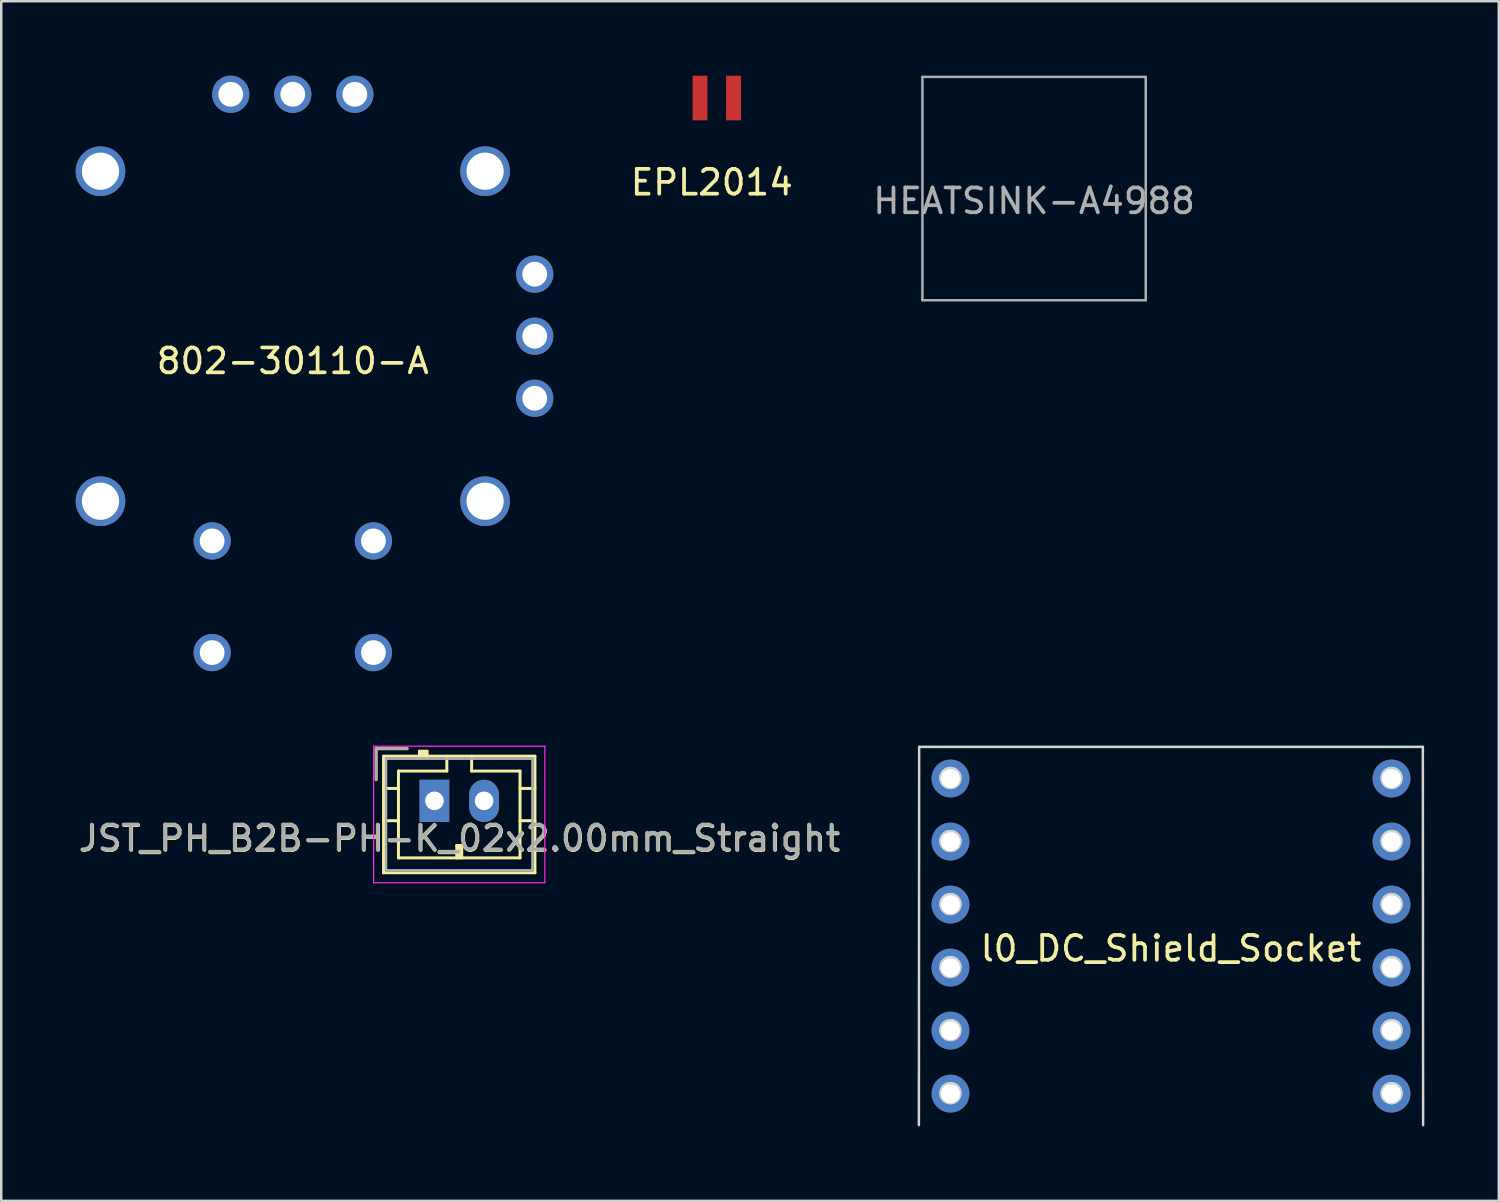
<source format=kicad_pcb>
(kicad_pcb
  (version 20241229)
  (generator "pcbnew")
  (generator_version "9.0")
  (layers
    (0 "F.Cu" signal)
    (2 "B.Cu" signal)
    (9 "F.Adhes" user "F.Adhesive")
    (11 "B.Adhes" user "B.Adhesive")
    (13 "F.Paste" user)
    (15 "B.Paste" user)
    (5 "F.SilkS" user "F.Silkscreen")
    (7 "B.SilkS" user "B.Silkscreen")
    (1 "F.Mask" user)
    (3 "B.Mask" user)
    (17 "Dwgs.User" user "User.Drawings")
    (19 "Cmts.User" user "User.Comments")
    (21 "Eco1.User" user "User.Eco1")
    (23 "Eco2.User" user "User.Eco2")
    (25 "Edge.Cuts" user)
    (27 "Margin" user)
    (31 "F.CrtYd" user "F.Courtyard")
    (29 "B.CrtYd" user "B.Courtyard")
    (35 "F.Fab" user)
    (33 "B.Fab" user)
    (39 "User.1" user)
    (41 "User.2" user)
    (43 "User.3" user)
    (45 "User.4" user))
  (footprint "HEATSINK-A4988"
    (layer "F.Cu")
    (at 38.625 4.55)
    (property "Reference" "HEATSINK-A4988" (at 0 0.5 0) (layer "F.Fab") (effects (font (size 1 1) (thickness 0.15))))
    (attr through_hole)
    (fp_line (start -4.5 -4.5) (end 4.5 -4.5) (stroke (width 0.1) (type solid)) (layer "F.Fab"))
    (fp_line (start -4.5 4.5) (end -4.5 -4.5) (stroke (width 0.1) (type solid)) (layer "F.Fab"))
    (fp_line (start 4.5 -4.5) (end 4.5 4.5) (stroke (width 0.1) (type solid)) (layer "F.Fab"))
    (fp_line (start 4.5 4.5) (end -4.5 4.5) (stroke (width 0.1) (type solid)) (layer "F.Fab")))
  (footprint "JST_PH_B2B-PH-K_02x2.00mm_Straight"
    (layer "F.Cu")
    (at 14.458 29.225)
    (property "Reference" "JST_PH_B2B-PH-K_02x2.00mm_Straight" (at 1.016 1.524 0) (layer "F.SilkS") (effects (font (size 1 1) (thickness 0.15))))
    (attr through_hole)
    (fp_line (start -2.35 -2.1) (end -2.35 -0.85) (stroke (width 0.12) (type solid)) (layer "F.SilkS"))
    (fp_line (start -2.05 -1.8) (end -2.05 2.9) (stroke (width 0.12) (type solid)) (layer "F.SilkS"))
    (fp_line (start -2.05 -0.5) (end -1.45 -0.5) (stroke (width 0.12) (type solid)) (layer "F.SilkS"))
    (fp_line (start -2.05 0.8) (end -1.45 0.8) (stroke (width 0.12) (type solid)) (layer "F.SilkS"))
    (fp_line (start -2.05 2.9) (end 4.05 2.9) (stroke (width 0.12) (type solid)) (layer "F.SilkS"))
    (fp_line (start -1.45 -1.2) (end -1.45 2.3) (stroke (width 0.12) (type solid)) (layer "F.SilkS"))
    (fp_line (start -1.45 2.3) (end 3.45 2.3) (stroke (width 0.12) (type solid)) (layer "F.SilkS"))
    (fp_line (start -1.1 -2.1) (end -2.35 -2.1) (stroke (width 0.12) (type solid)) (layer "F.SilkS"))
    (fp_line (start -0.6 -2) (end -0.6 -1.8) (stroke (width 0.12) (type solid)) (layer "F.SilkS"))
    (fp_line (start -0.3 -2) (end -0.6 -2) (stroke (width 0.12) (type solid)) (layer "F.SilkS"))
    (fp_line (start -0.3 -1.9) (end -0.6 -1.9) (stroke (width 0.12) (type solid)) (layer "F.SilkS"))
    (fp_line (start -0.3 -1.8) (end -0.3 -2) (stroke (width 0.12) (type solid)) (layer "F.SilkS"))
    (fp_line (start 0.5 -1.8) (end 0.5 -1.2) (stroke (width 0.12) (type solid)) (layer "F.SilkS"))
    (fp_line (start 0.5 -1.2) (end -1.45 -1.2) (stroke (width 0.12) (type solid)) (layer "F.SilkS"))
    (fp_line (start 0.9 1.8) (end 1.1 1.8) (stroke (width 0.12) (type solid)) (layer "F.SilkS"))
    (fp_line (start 0.9 2.3) (end 0.9 1.8) (stroke (width 0.12) (type solid)) (layer "F.SilkS"))
    (fp_line (start 1 2.3) (end 1 1.8) (stroke (width 0.12) (type solid)) (layer "F.SilkS"))
    (fp_line (start 1.1 1.8) (end 1.1 2.3) (stroke (width 0.12) (type solid)) (layer "F.SilkS"))
    (fp_line (start 1.5 -1.2) (end 1.5 -1.8) (stroke (width 0.12) (type solid)) (layer "F.SilkS"))
    (fp_line (start 3.45 -1.2) (end 1.5 -1.2) (stroke (width 0.12) (type solid)) (layer "F.SilkS"))
    (fp_line (start 3.45 2.3) (end 3.45 -1.2) (stroke (width 0.12) (type solid)) (layer "F.SilkS"))
    (fp_line (start 4.05 -1.8) (end -2.05 -1.8) (stroke (width 0.12) (type solid)) (layer "F.SilkS"))
    (fp_line (start 4.05 -0.5) (end 3.45 -0.5) (stroke (width 0.12) (type solid)) (layer "F.SilkS"))
    (fp_line (start 4.05 0.8) (end 3.45 0.8) (stroke (width 0.12) (type solid)) (layer "F.SilkS"))
    (fp_line (start 4.05 2.9) (end 4.05 -1.8) (stroke (width 0.12) (type solid)) (layer "F.SilkS"))
    (fp_line (start -2.45 -2.2) (end -2.45 3.3) (stroke (width 0.05) (type solid)) (layer "F.CrtYd"))
    (fp_line (start -2.45 3.3) (end 4.45 3.3) (stroke (width 0.05) (type solid)) (layer "F.CrtYd"))
    (fp_line (start 4.45 -2.2) (end -2.45 -2.2) (stroke (width 0.05) (type solid)) (layer "F.CrtYd"))
    (fp_line (start 4.45 3.3) (end 4.45 -2.2) (stroke (width 0.05) (type solid)) (layer "F.CrtYd"))
    (fp_line (start -2.35 -2.1) (end -2.35 -0.85) (stroke (width 0.1) (type solid)) (layer "F.Fab"))
    (fp_line (start -1.95 -1.7) (end -1.95 2.8) (stroke (width 0.1) (type solid)) (layer "F.Fab"))
    (fp_line (start -1.95 2.8) (end 3.95 2.8) (stroke (width 0.1) (type solid)) (layer "F.Fab"))
    (fp_line (start -1.1 -2.1) (end -2.35 -2.1) (stroke (width 0.1) (type solid)) (layer "F.Fab"))
    (fp_line (start 3.95 -1.7) (end -1.95 -1.7) (stroke (width 0.1) (type solid)) (layer "F.Fab"))
    (fp_line (start 3.95 2.8) (end 3.95 -1.7) (stroke (width 0.1) (type solid)) (layer "F.Fab"))
    (fp_text user "${REFERENCE}" (at 1 1.5 0) (layer "F.Fab") (effects (font (size 1 1) (thickness 0.15))))
    (pad "1" thru_hole rect (at 0 0) (size 1.2 1.7) (drill 0.75) (layers "*.Cu" "*.Mask"))
    (pad "2" thru_hole oval (at 2 0) (size 1.2 1.7) (drill 0.75) (layers "*.Cu" "*.Mask")))
  (footprint "802-30110-A"
    (layer "F.Cu")
    (at 8.75 10.5)
    (property "Reference" "802-30110-A" (at 0 1 0) (layer "F.SilkS") (effects (font (size 1 1) (thickness 0.15))))
    (attr through_hole)
    (pad "1" thru_hole circle (at -7.75 -6.65) (size 2 2) (drill 1.5) (layers "*.Cu" "*.Mask"))
    (pad "2" thru_hole circle (at -7.75 6.65 90) (size 2 2) (drill 1.5) (layers "*.Cu" "*.Mask"))
    (pad "3" thru_hole circle (at 7.75 6.65 180) (size 2 2) (drill 1.5) (layers "*.Cu" "*.Mask"))
    (pad "4" thru_hole circle (at 7.75 -6.65 270) (size 2 2) (drill 1.5) (layers "*.Cu" "*.Mask"))
    (pad "S1" thru_hole circle (at -3.25 8.25 90) (size 1.5 1.5) (drill 1) (layers "*.Cu" "*.Mask"))
    (pad "S2" thru_hole circle (at 3.25 8.25 270) (size 1.5 1.5) (drill 1) (layers "*.Cu" "*.Mask"))
    (pad "S3" thru_hole circle (at 3.25 12.75 270) (size 1.5 1.5) (drill 1) (layers "*.Cu" "*.Mask"))
    (pad "S4" thru_hole circle (at -3.25 12.75 90) (size 1.5 1.5) (drill 1) (layers "*.Cu" "*.Mask"))
    (pad "X1" thru_hole circle (at 9.75 -2.5 180) (size 1.5 1.5) (drill 1) (layers "*.Cu" "*.Mask"))
    (pad "X2" thru_hole circle (at 9.75 0 180) (size 1.5 1.5) (drill 1) (layers "*.Cu" "*.Mask"))
    (pad "X3" thru_hole circle (at 9.75 2.5 180) (size 1.5 1.5) (drill 1) (layers "*.Cu" "*.Mask"))
    (pad "Y1" thru_hole circle (at -2.5 -9.75 270) (size 1.5 1.5) (drill 1) (layers "*.Cu" "*.Mask"))
    (pad "Y2" thru_hole circle (at 0 -9.75 270) (size 1.5 1.5) (drill 1) (layers "*.Cu" "*.Mask"))
    (pad "Y3" thru_hole circle (at 2.5 -9.75 270) (size 1.5 1.5) (drill 1) (layers "*.Cu" "*.Mask")))
  (footprint "l0_DC_Shield_Socket"
    (layer "F.Cu")
    (at 44.143 34.675)
    (property "Reference" "l0_DC_Shield_Socket" (at 0 0.5 0) (layer "F.SilkS") (effects (font (size 1 1) (thickness 0.15))))
    (attr through_hole)
    (fp_line (start -10.15 -7.625) (end -10.16 7.62) (stroke (width 0.1) (type solid)) (layer "Edge.Cuts"))
    (fp_line (start -10.15 -7.625) (end 10.15 -7.625) (stroke (width 0.1) (type solid)) (layer "Edge.Cuts"))
    (fp_line (start 10.15 -7.625) (end 10.16 7.62) (stroke (width 0.1) (type solid)) (layer "Edge.Cuts"))
    (fp_circle (center -8.89 -6.37) (end -8.49 -6.37) (stroke (width 0.1) (type solid)) (fill no) (layer "Edge.Cuts"))
    (fp_circle (center -8.89 -6.37) (end -8.49 -6.37) (stroke (width 0.1) (type solid)) (fill no) (layer "Edge.Cuts"))
    (fp_circle (center -8.89 -3.83) (end -8.49 -3.83) (stroke (width 0.1) (type solid)) (fill no) (layer "Edge.Cuts"))
    (fp_circle (center -8.89 -3.83) (end -8.49 -3.83) (stroke (width 0.1) (type solid)) (fill no) (layer "Edge.Cuts"))
    (fp_circle (center -8.89 -1.29) (end -8.49 -1.29) (stroke (width 0.1) (type solid)) (fill no) (layer "Edge.Cuts"))
    (fp_circle (center -8.89 -1.29) (end -8.49 -1.29) (stroke (width 0.1) (type solid)) (fill no) (layer "Edge.Cuts"))
    (fp_circle (center -8.89 1.25) (end -8.49 1.25) (stroke (width 0.1) (type solid)) (fill no) (layer "Edge.Cuts"))
    (fp_circle (center -8.89 1.25) (end -8.49 1.25) (stroke (width 0.1) (type solid)) (fill no) (layer "Edge.Cuts"))
    (fp_circle (center -8.89 3.79) (end -8.49 3.79) (stroke (width 0.1) (type solid)) (fill no) (layer "Edge.Cuts"))
    (fp_circle (center -8.89 3.79) (end -8.49 3.79) (stroke (width 0.1) (type solid)) (fill no) (layer "Edge.Cuts"))
    (fp_circle (center -8.89 6.33) (end -8.49 6.33) (stroke (width 0.1) (type solid)) (fill no) (layer "Edge.Cuts"))
    (fp_circle (center -8.89 6.33) (end -8.49 6.33) (stroke (width 0.1) (type solid)) (fill no) (layer "Edge.Cuts"))
    (fp_circle (center 8.89 -6.37) (end 9.29 -6.37) (stroke (width 0.1) (type solid)) (fill no) (layer "Edge.Cuts"))
    (fp_circle (center 8.89 -6.37) (end 9.29 -6.37) (stroke (width 0.1) (type solid)) (fill no) (layer "Edge.Cuts"))
    (fp_circle (center 8.89 -3.83) (end 9.29 -3.83) (stroke (width 0.1) (type solid)) (fill no) (layer "Edge.Cuts"))
    (fp_circle (center 8.89 -3.83) (end 9.29 -3.83) (stroke (width 0.1) (type solid)) (fill no) (layer "Edge.Cuts"))
    (fp_circle (center 8.89 -1.29) (end 9.29 -1.29) (stroke (width 0.1) (type solid)) (fill no) (layer "Edge.Cuts"))
    (fp_circle (center 8.89 -1.29) (end 9.29 -1.29) (stroke (width 0.1) (type solid)) (fill no) (layer "Edge.Cuts"))
    (fp_circle (center 8.89 1.25) (end 9.29 1.25) (stroke (width 0.1) (type solid)) (fill no) (layer "Edge.Cuts"))
    (fp_circle (center 8.89 1.25) (end 9.29 1.25) (stroke (width 0.1) (type solid)) (fill no) (layer "Edge.Cuts"))
    (fp_circle (center 8.89 3.79) (end 9.29 3.79) (stroke (width 0.1) (type solid)) (fill no) (layer "Edge.Cuts"))
    (fp_circle (center 8.89 3.79) (end 9.29 3.79) (stroke (width 0.1) (type solid)) (fill no) (layer "Edge.Cuts"))
    (fp_circle (center 8.89 6.33) (end 9.29 6.33) (stroke (width 0.1) (type solid)) (fill no) (layer "Edge.Cuts"))
    (fp_circle (center 8.89 6.33) (end 9.29 6.33) (stroke (width 0.1) (type solid)) (fill no) (layer "Edge.Cuts"))
    (pad "1" thru_hole circle (at 8.887 6.35 270) (size 1.524 1.524) (drill 0.762) (layers "*.Cu" "*.Mask"))
    (pad "2" thru_hole circle (at 8.887 3.81 270) (size 1.524 1.524) (drill 0.762) (layers "*.Cu" "*.Mask"))
    (pad "3" thru_hole circle (at 8.887 1.27 270) (size 1.524 1.524) (drill 0.762) (layers "*.Cu" "*.Mask"))
    (pad "4" thru_hole circle (at 8.887 -1.27 270) (size 1.524 1.524) (drill 0.762) (layers "*.Cu" "*.Mask"))
    (pad "5" thru_hole circle (at 8.887 -3.81 270) (size 1.524 1.524) (drill 0.762) (layers "*.Cu" "*.Mask"))
    (pad "6" thru_hole circle (at 8.887 -6.35 270) (size 1.524 1.524) (drill 0.762) (layers "*.Cu" "*.Mask"))
    (pad "7" thru_hole circle (at -8.887 -6.35 90) (size 1.524 1.524) (drill 0.762) (layers "*.Cu" "*.Mask"))
    (pad "8" thru_hole circle (at -8.887 -3.81 90) (size 1.524 1.524) (drill 0.762) (layers "*.Cu" "*.Mask"))
    (pad "9" thru_hole circle (at -8.887 -1.27 90) (size 1.524 1.524) (drill 0.762) (layers "*.Cu" "*.Mask"))
    (pad "10" thru_hole circle (at -8.887 1.27 90) (size 1.524 1.524) (drill 0.762) (layers "*.Cu" "*.Mask"))
    (pad "11" thru_hole circle (at -8.887 3.81 90) (size 1.524 1.524) (drill 0.762) (layers "*.Cu" "*.Mask"))
    (pad "12" thru_hole circle (at -8.887 6.35 90) (size 1.524 1.524) (drill 0.762) (layers "*.Cu" "*.Mask")))
  (footprint "EPL2014"
    (layer "F.Cu")
    (at 25.837 0.9)
    (property "Reference" "EPL2014" (at -0.2 3.4 0) (layer "F.SilkS") (effects (font (size 1 1) (thickness 0.15))))
    (attr through_hole)
    (pad "1" smd rect (at -0.675 0) (size 0.6 1.8) (layers "F.Cu" "F.Mask" "F.Paste"))
    (pad "2" smd rect (at 0.675 0) (size 0.6 1.8) (layers "F.Cu" "F.Mask" "F.Paste")))
  (gr_rect
    (start -3 -3)
    (end 57.353 45.345)
    (stroke (width 0.1) (type default))
    (fill no)
    (layer "Edge.Cuts")))
</source>
